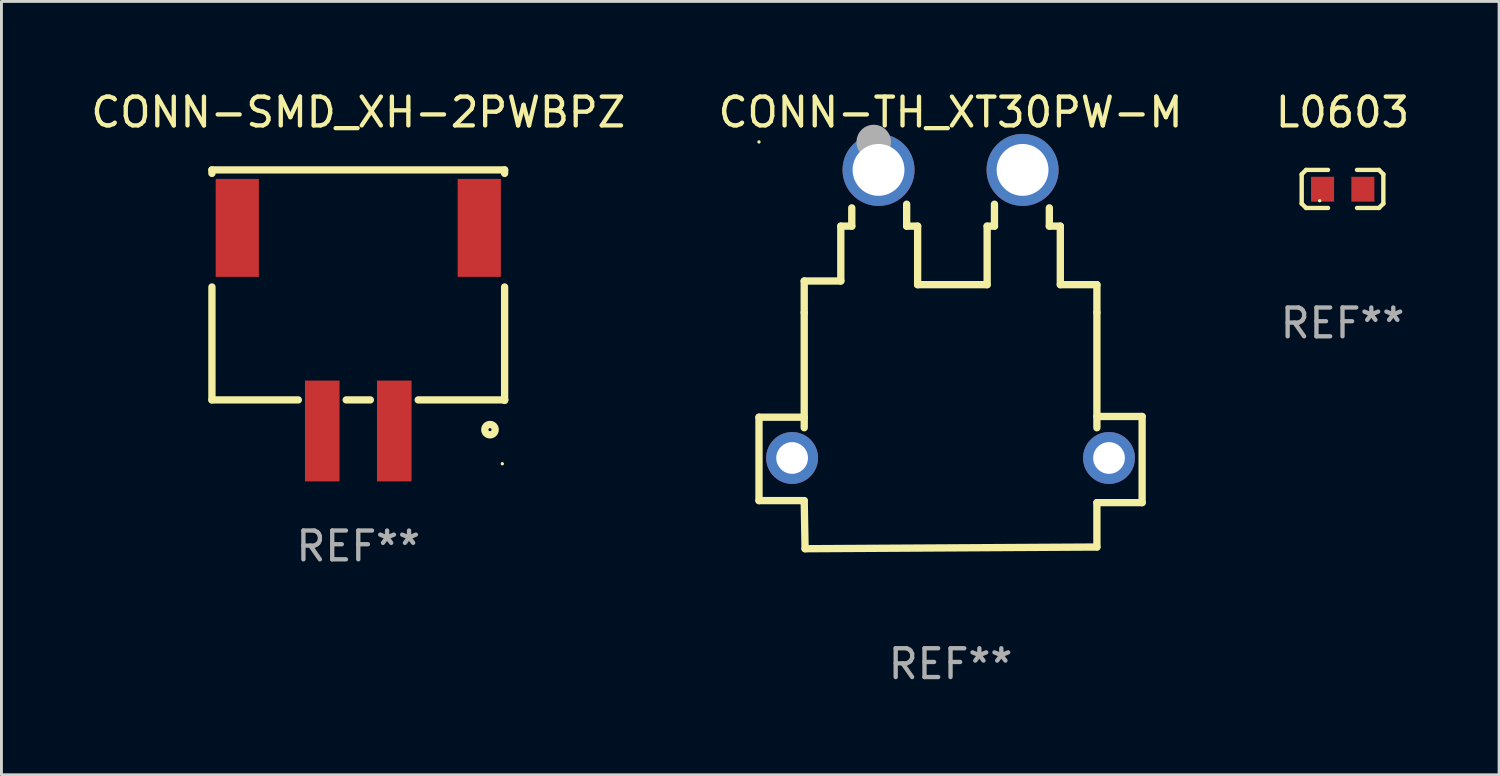
<source format=kicad_pcb>
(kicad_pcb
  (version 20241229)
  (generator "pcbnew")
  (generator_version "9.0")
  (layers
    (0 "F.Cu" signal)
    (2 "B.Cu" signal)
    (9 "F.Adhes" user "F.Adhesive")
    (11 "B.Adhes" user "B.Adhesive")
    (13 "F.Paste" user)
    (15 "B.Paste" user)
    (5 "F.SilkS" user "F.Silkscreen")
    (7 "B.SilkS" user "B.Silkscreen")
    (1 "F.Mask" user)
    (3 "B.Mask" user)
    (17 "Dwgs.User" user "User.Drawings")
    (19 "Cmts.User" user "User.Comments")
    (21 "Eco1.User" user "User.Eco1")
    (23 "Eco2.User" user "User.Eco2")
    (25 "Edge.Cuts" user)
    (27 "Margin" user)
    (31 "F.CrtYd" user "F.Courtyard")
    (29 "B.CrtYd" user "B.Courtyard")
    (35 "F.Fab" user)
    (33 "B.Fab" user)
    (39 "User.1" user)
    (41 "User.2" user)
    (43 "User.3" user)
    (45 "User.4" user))
  (footprint "CONN-TH_XT30PW-M"
    (layer "F.Cu")
    (at 29.947 7.848)
    (property "Reference" "CONN-TH_XT30PW-M" (at -0.000127 -7 0) (layer "F.SilkS") (effects (font (size 1 1) (thickness 0.15))))
    (attr through_hole)
    (fp_line (start -6.65 3.585) (end -6.65 6.48) (stroke (width 0.254) (type solid)) (layer "F.SilkS"))
    (fp_line (start -6.65 3.585) (end -5.08 3.585) (stroke (width 0.254) (type solid)) (layer "F.SilkS"))
    (fp_line (start -6.65 6.48) (end -5.08 6.48) (stroke (width 0.254) (type solid)) (layer "F.SilkS"))
    (fp_line (start -5.08 3.95) (end -5.08 -0.047) (stroke (width 0.254) (type solid)) (layer "F.SilkS"))
    (fp_line (start -5.08 6.481) (end -5.05 8.15) (stroke (width 0.254) (type solid)) (layer "F.SilkS"))
    (fp_line (start -5.08 -1.143) (end -5.08 -0.047) (stroke (width 0.254) (type solid)) (layer "F.SilkS"))
    (fp_line (start -5.05 8.15) (end 5.08 8.091) (stroke (width 0.254) (type solid)) (layer "F.SilkS"))
    (fp_line (start -3.81 -3.048) (end -3.81 -1.143) (stroke (width 0.254) (type solid)) (layer "F.SilkS"))
    (fp_line (start -3.81 -1.143) (end -5.08 -1.143) (stroke (width 0.254) (type solid)) (layer "F.SilkS"))
    (fp_line (start -3.429 -3.683) (end -3.429 -3.048) (stroke (width 0.254) (type solid)) (layer "F.SilkS"))
    (fp_line (start -3.429 -3.048) (end -3.81 -3.048) (stroke (width 0.254) (type solid)) (layer "F.SilkS"))
    (fp_line (start -1.524 -3.81) (end -1.524 -3.048) (stroke (width 0.254) (type solid)) (layer "F.SilkS"))
    (fp_line (start -1.524 -3.048) (end -1.143 -3.048) (stroke (width 0.254) (type solid)) (layer "F.SilkS"))
    (fp_line (start -1.143 -3.048) (end -1.143 -1.016) (stroke (width 0.254) (type solid)) (layer "F.SilkS"))
    (fp_line (start -1.143 -1.016) (end 1.27 -1.016) (stroke (width 0.254) (type solid)) (layer "F.SilkS"))
    (fp_line (start 1.27 -3.048) (end 1.524 -3.048) (stroke (width 0.254) (type solid)) (layer "F.SilkS"))
    (fp_line (start 1.27 -1.016) (end 1.27 -3.048) (stroke (width 0.254) (type solid)) (layer "F.SilkS"))
    (fp_line (start 1.524 -3.048) (end 1.524 -3.81) (stroke (width 0.254) (type solid)) (layer "F.SilkS"))
    (fp_line (start 3.429 -3.683) (end 3.429 -3.048) (stroke (width 0.254) (type solid)) (layer "F.SilkS"))
    (fp_line (start 3.429 -3.048) (end 3.81 -3.048) (stroke (width 0.254) (type solid)) (layer "F.SilkS"))
    (fp_line (start 3.81 -3.048) (end 3.81 -1.016) (stroke (width 0.254) (type solid)) (layer "F.SilkS"))
    (fp_line (start 3.81 -1.016) (end 5.08 -1.016) (stroke (width 0.254) (type solid)) (layer "F.SilkS"))
    (fp_line (start 5.08 3.559) (end 6.65 3.559) (stroke (width 0.254) (type solid)) (layer "F.SilkS"))
    (fp_line (start 5.08 3.95) (end 5.08 -0.047) (stroke (width 0.254) (type solid)) (layer "F.SilkS"))
    (fp_line (start 5.08 6.55) (end 6.65 6.55) (stroke (width 0.254) (type solid)) (layer "F.SilkS"))
    (fp_line (start 5.08 8.091) (end 5.08 6.549) (stroke (width 0.254) (type solid)) (layer "F.SilkS"))
    (fp_line (start 5.08 -1.016) (end 5.08 -0.047) (stroke (width 0.254) (type solid)) (layer "F.SilkS"))
    (fp_line (start 6.65 3.559) (end 6.65 6.55) (stroke (width 0.254) (type solid)) (layer "F.SilkS"))
    (fp_circle (center -6.65 -5.971) (end -6.62 -5.971) (stroke (width 0.06) (type solid)) (fill no) (layer "F.SilkS"))
    (fp_circle (center -2.667 -5.969) (end -2.367 -5.969) (stroke (width 0.6) (type solid)) (fill no) (layer "F.Fab"))
    (fp_text user "REF**" (at -0.000127 12.15 0) (layer "F.Fab") (effects (font (size 1 1) (thickness 0.15))))
    (pad "1" thru_hole circle (at -2.5 -5) (size 2.5 2.5) (drill 1.8) (layers "*.Cu" "*.Mask"))
    (pad "2" thru_hole circle (at 2.5 -5) (size 2.5 2.5) (drill 1.8) (layers "*.Cu" "*.Mask"))
    (pad "3" thru_hole circle (at 5.5 5) (size 1.8 1.8) (drill 1.1) (layers "*.Cu" "*.Mask"))
    (pad "4" thru_hole circle (at -5.5 5) (size 1.8 1.8) (drill 1.1) (layers "*.Cu" "*.Mask")))
  (footprint "CONN-SMD_XH-2PWBPZ"
    (layer "F.Cu")
    (at 9.387 8.386)
    (property "Reference" "CONN-SMD_XH-2PWBPZ" (at 0.000076 -7.538 0) (layer "F.SilkS") (effects (font (size 1 1) (thickness 0.15))))
    (attr smd)
    (fp_line (start -5.08 -5.538) (end 5.08 -5.538) (stroke (width 0.254) (type solid)) (layer "F.SilkS"))
    (fp_line (start -5.08 -5.416) (end -5.08 -5.538) (stroke (width 0.254) (type solid)) (layer "F.SilkS"))
    (fp_line (start -5.08 2.446) (end -5.08 -1.474) (stroke (width 0.254) (type solid)) (layer "F.SilkS"))
    (fp_line (start -5.08 2.446) (end -2.081 2.446) (stroke (width 0.254) (type solid)) (layer "F.SilkS"))
    (fp_line (start -0.419 2.446) (end 0.419 2.446) (stroke (width 0.254) (type solid)) (layer "F.SilkS"))
    (fp_line (start 2.081 2.446) (end 5.08 2.446) (stroke (width 0.254) (type solid)) (layer "F.SilkS"))
    (fp_line (start 5.08 -5.538) (end 5.08 -5.416) (stroke (width 0.254) (type solid)) (layer "F.SilkS"))
    (fp_line (start 5.08 2.446) (end 5.08 -1.474) (stroke (width 0.254) (type solid)) (layer "F.SilkS"))
    (fp_line (start 5.08 2.446) (end 5.08 2.463) (stroke (width 0.254) (type solid)) (layer "F.SilkS"))
    (fp_circle (center 4.572 3.479) (end 4.752 3.479) (stroke (width 0.254) (type solid)) (fill no) (layer "F.SilkS"))
    (fp_circle (center 5 4.662) (end 5.03 4.662) (stroke (width 0.06) (type solid)) (fill no) (layer "F.SilkS"))
    (fp_text user "REF**" (at 0.000076 7.525 0) (layer "F.Fab") (effects (font (size 1 1) (thickness 0.15))))
    (pad "1" smd rect (at 1.25 3.525) (size 1.2 3.5) (layers "F.Cu" "F.Mask" "F.Paste"))
    (pad "2" smd rect (at -1.25 3.525) (size 1.2 3.5) (layers "F.Cu" "F.Mask" "F.Paste"))
    (pad "3" smd rect (at -4.2 -3.525) (size 1.5 3.4) (layers "F.Cu" "F.Mask" "F.Paste"))
    (pad "4" smd rect (at 4.2 -3.525) (size 1.5 3.4) (layers "F.Cu" "F.Mask" "F.Paste")))
  (footprint "L0603"
    (layer "F.Cu")
    (at 43.56 3.518)
    (property "Reference" "L0603" (at -0.007 -2.67 0) (layer "F.SilkS") (effects (font (size 1 1) (thickness 0.15))))
    (attr smd)
    (fp_line (start -1.424 -0.517) (end -1.272 -0.67) (stroke (width 0.152) (type solid)) (layer "F.SilkS"))
    (fp_line (start -1.424 0.499) (end -1.424 -0.517) (stroke (width 0.152) (type solid)) (layer "F.SilkS"))
    (fp_line (start -1.272 -0.67) (end -0.51 -0.67) (stroke (width 0.152) (type solid)) (layer "F.SilkS"))
    (fp_line (start -1.272 0.651) (end -1.424 0.499) (stroke (width 0.152) (type solid)) (layer "F.SilkS"))
    (fp_line (start -1.272 0.651) (end -0.51 0.651) (stroke (width 0.152) (type solid)) (layer "F.SilkS"))
    (fp_line (start 1.258 -0.67) (end 0.496 -0.67) (stroke (width 0.152) (type solid)) (layer "F.SilkS"))
    (fp_line (start 1.258 -0.67) (end 1.411 -0.517) (stroke (width 0.152) (type solid)) (layer "F.SilkS"))
    (fp_line (start 1.258 0.651) (end 0.496 0.651) (stroke (width 0.152) (type solid)) (layer "F.SilkS"))
    (fp_line (start 1.411 -0.517) (end 1.411 0.499) (stroke (width 0.152) (type solid)) (layer "F.SilkS"))
    (fp_line (start 1.411 0.499) (end 1.258 0.651) (stroke (width 0.152) (type solid)) (layer "F.SilkS"))
    (fp_circle (center -0.8 0.4) (end -0.77 0.4) (stroke (width 0.06) (type solid)) (fill no) (layer "F.SilkS"))
    (fp_text user "REF**" (at -0.007 4.651 0) (layer "F.Fab") (effects (font (size 1 1) (thickness 0.15))))
    (pad "1" smd rect (at -0.7 0 180) (size 0.8 0.864) (layers "F.Cu" "F.Mask" "F.Paste"))
    (pad "2" smd rect (at 0.7 0 180) (size 0.8 0.864) (layers "F.Cu" "F.Mask" "F.Paste")))
  (gr_rect
    (start -3 -3)
    (end 48.988 23.846)
    (stroke (width 0.1) (type default))
    (fill no)
    (layer "Edge.Cuts")))
</source>
